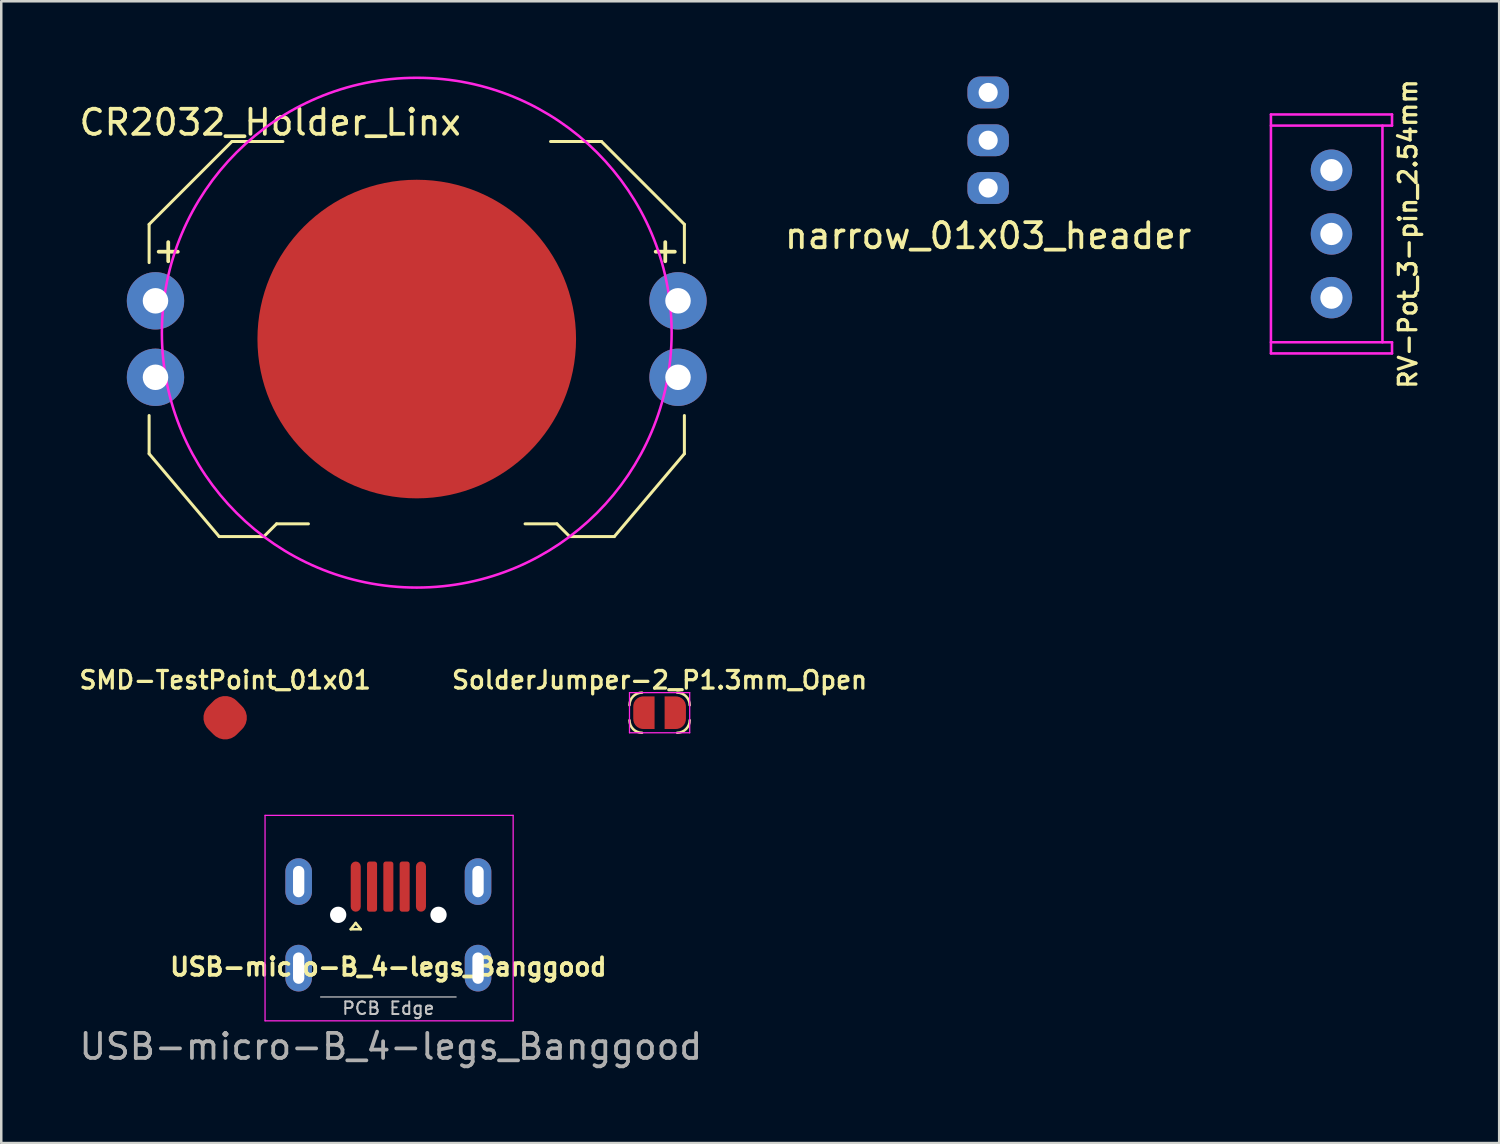
<source format=kicad_pcb>
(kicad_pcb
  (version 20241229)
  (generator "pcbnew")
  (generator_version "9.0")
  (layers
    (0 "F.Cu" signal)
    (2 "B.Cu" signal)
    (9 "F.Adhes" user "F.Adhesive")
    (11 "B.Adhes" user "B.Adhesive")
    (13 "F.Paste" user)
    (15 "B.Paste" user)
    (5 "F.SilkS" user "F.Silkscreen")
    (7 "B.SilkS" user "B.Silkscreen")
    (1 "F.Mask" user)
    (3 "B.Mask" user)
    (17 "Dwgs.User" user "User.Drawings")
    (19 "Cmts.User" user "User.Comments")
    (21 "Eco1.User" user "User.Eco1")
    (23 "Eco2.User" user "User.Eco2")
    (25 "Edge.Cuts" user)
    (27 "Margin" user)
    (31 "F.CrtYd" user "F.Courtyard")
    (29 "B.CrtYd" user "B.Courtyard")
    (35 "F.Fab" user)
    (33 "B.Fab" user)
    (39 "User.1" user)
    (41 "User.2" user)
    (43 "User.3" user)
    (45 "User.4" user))
  (footprint "narrow_01x03_header"
    (layer "F.Cu")
    (at 36.339 2.54)
    (property "Reference" "narrow_01x03_header" (at 0 3.81 0) (layer "F.SilkS") (effects (font (size 1 1) (thickness 0.15))))
    (attr through_hole)
    (pad "1" thru_hole roundrect (at 0 -1.905) (size 1.651 1.27) (drill 0.762) (layers "*.Cu" "*.Mask") (roundrect_rratio 0.4))
    (pad "2" thru_hole roundrect (at 0 0) (size 1.651 1.27) (drill 0.762) (layers "*.Cu" "*.Mask") (roundrect_rratio 0.4))
    (pad "3" thru_hole roundrect (at 0 1.905) (size 1.651 1.27) (drill 0.762) (layers "*.Cu" "*.Mask") (roundrect_rratio 0.4)))
  (footprint "CR2032_Holder_Linx"
    (layer "F.Cu")
    (at 13.562 10.465)
    (property "Reference" "CR2032_Holder_Linx" (at -5.842 -8.636 0) (layer "F.SilkS") (effects (font (size 1 1) (thickness 0.15))))
    (attr through_hole)
    (fp_line (start -10.668 -4.572) (end -10.668 -3.048) (stroke (width 0.12) (type solid)) (layer "F.SilkS"))
    (fp_line (start -10.668 -4.572) (end -7.366 -7.874) (stroke (width 0.12) (type solid)) (layer "F.SilkS"))
    (fp_line (start -10.668 3.048) (end -10.668 4.572) (stroke (width 0.12) (type solid)) (layer "F.SilkS"))
    (fp_line (start -10.668 4.572) (end -7.874 7.874) (stroke (width 0.12) (type solid)) (layer "F.SilkS"))
    (fp_line (start -7.366 -7.874) (end -5.334 -7.874) (stroke (width 0.12) (type solid)) (layer "F.SilkS"))
    (fp_line (start -6.096 7.874) (end -7.874 7.874) (stroke (width 0.12) (type solid)) (layer "F.SilkS"))
    (fp_line (start -6.096 7.874) (end -5.588 7.366) (stroke (width 0.12) (type solid)) (layer "F.SilkS"))
    (fp_line (start -4.318 7.366) (end -5.588 7.366) (stroke (width 0.12) (type solid)) (layer "F.SilkS"))
    (fp_line (start 5.334 -7.874) (end 7.366 -7.874) (stroke (width 0.12) (type solid)) (layer "F.SilkS"))
    (fp_line (start 5.588 7.366) (end 4.318 7.366) (stroke (width 0.12) (type solid)) (layer "F.SilkS"))
    (fp_line (start 6.096 7.874) (end 5.588 7.366) (stroke (width 0.12) (type solid)) (layer "F.SilkS"))
    (fp_line (start 7.874 7.874) (end 6.096 7.874) (stroke (width 0.12) (type solid)) (layer "F.SilkS"))
    (fp_line (start 10.668 -4.572) (end 7.366 -7.874) (stroke (width 0.12) (type solid)) (layer "F.SilkS"))
    (fp_line (start 10.668 -4.572) (end 10.668 -3.048) (stroke (width 0.12) (type solid)) (layer "F.SilkS"))
    (fp_line (start 10.668 3.048) (end 10.668 4.572) (stroke (width 0.12) (type solid)) (layer "F.SilkS"))
    (fp_line (start 10.668 4.572) (end 7.874 7.874) (stroke (width 0.12) (type solid)) (layer "F.SilkS"))
    (fp_circle (center 0 -0.254) (end 10.16 -0.254) (stroke (width 0.102) (type solid)) (fill no) (layer "F.CrtYd"))
    (fp_text user "+" (at -9.906 -3.556 0) (layer "F.SilkS") (effects (font (size 1 1) (thickness 0.15))))
    (fp_text user "+" (at 9.906 -3.556 0) (layer "F.SilkS") (effects (font (size 1 1) (thickness 0.15))))
    (pad "1" thru_hole circle (at -10.414 -1.524) (size 2.286 2.286) (drill 1.016) (layers "*.Cu" "*.Mask"))
    (pad "1" thru_hole circle (at -10.414 1.524) (size 2.286 2.286) (drill 1.016) (layers "*.Cu" "*.Mask"))
    (pad "1" thru_hole circle (at 10.414 -1.524) (size 2.286 2.286) (drill 1.016) (layers "*.Cu" "*.Mask"))
    (pad "1" thru_hole circle (at 10.414 1.524) (size 2.286 2.286) (drill 1.016) (layers "*.Cu" "*.Mask"))
    (pad "2" smd circle (at 0 0) (size 12.7 12.7) (layers "F.Cu" "F.Mask" "F.Paste")))
  (footprint "RV-Pot_3-pin_2.54mm"
    (layer "F.Cu")
    (at 50.024 6.275)
    (property "Reference" "RV-Pot_3-pin_2.54mm" (at 3.048 0 90) (layer "F.SilkS") (effects (font (size 0.7 0.7) (thickness 0.13))))
    (attr through_hole)
    (fp_line (start -2.413 4.763) (end -2.413 -4.763) (stroke (width 0.102) (type solid)) (layer "F.CrtYd"))
    (fp_line (start 2.032 4.318) (end 2.032 -4.318) (stroke (width 0.102) (type solid)) (layer "F.CrtYd"))
    (fp_line (start 2.413 -4.763) (end -2.413 -4.763) (stroke (width 0.102) (type solid)) (layer "F.CrtYd"))
    (fp_line (start 2.413 -4.763) (end 2.413 -4.318) (stroke (width 0.102) (type solid)) (layer "F.CrtYd"))
    (fp_line (start 2.413 -4.318) (end -2.413 -4.318) (stroke (width 0.102) (type solid)) (layer "F.CrtYd"))
    (fp_line (start 2.413 4.318) (end -2.413 4.318) (stroke (width 0.102) (type solid)) (layer "F.CrtYd"))
    (fp_line (start 2.413 4.318) (end 2.413 4.763) (stroke (width 0.102) (type solid)) (layer "F.CrtYd"))
    (fp_line (start 2.413 4.763) (end -2.413 4.763) (stroke (width 0.102) (type solid)) (layer "F.CrtYd"))
    (pad "1" thru_hole circle (at 0 -2.54) (size 1.651 1.651) (drill 0.889) (layers "*.Cu" "*.Mask"))
    (pad "2" thru_hole circle (at 0 0) (size 1.651 1.651) (drill 0.889) (layers "*.Cu" "*.Mask"))
    (pad "3" thru_hole circle (at 0 2.54) (size 1.651 1.651) (drill 0.889) (layers "*.Cu" "*.Mask")))
  (footprint "SolderJumper-2_P1.3mm_Open"
    (layer "F.Cu")
    (at 23.242 25.359)
    (property "Reference" "SolderJumper-2_P1.3mm_Open" (at 0 -1.3 0) (layer "F.SilkS") (effects (font (size 0.7 0.7) (thickness 0.13))))
    (attr exclude_from_pos_files exclude_from_bom)
    (fp_arc (start -1.2 -0.3) (mid -1.053553 -0.653553) (end -0.7 -0.8) (stroke (width 0.1) (type solid)) (layer "F.SilkS"))
    (fp_arc (start -0.7 0.8) (mid -1.053553 0.653553) (end -1.2 0.3) (stroke (width 0.1) (type solid)) (layer "F.SilkS"))
    (fp_arc (start 0.7 -0.8) (mid 1.053553 -0.653553) (end 1.2 -0.3) (stroke (width 0.1) (type solid)) (layer "F.SilkS"))
    (fp_arc (start 1.2 0.3) (mid 1.053553 0.653553) (end 0.7 0.8) (stroke (width 0.1) (type solid)) (layer "F.SilkS"))
    (fp_line (start -1.2 -0.8) (end -1.2 0.8) (stroke (width 0.05) (type solid)) (layer "F.CrtYd"))
    (fp_line (start -1.2 -0.8) (end 1.2 -0.8) (stroke (width 0.05) (type solid)) (layer "F.CrtYd"))
    (fp_line (start 1.2 0.8) (end -1.2 0.8) (stroke (width 0.05) (type solid)) (layer "F.CrtYd"))
    (fp_line (start 1.2 0.8) (end 1.2 -0.8) (stroke (width 0.05) (type solid)) (layer "F.CrtYd"))
    (pad "1" smd custom (at -0.65 0 180) (size 0.8 0.5) (layers "F.Cu" "F.Mask") (options (anchor rect)) (primitives (gr_circle (center 0 0.25) (end 0.4 0.25) (width 0) (fill yes)) (gr_circle (center 0 -0.25) (end 0.4 -0.25) (width 0) (fill yes)) (gr_poly (pts (xy 0 -0.65) (xy -0.45 -0.65) (xy -0.45 0.65) (xy 0 0.65)) (width 0) (fill yes))))
    (pad "2" smd custom (at 0.65 0) (size 0.8 0.5) (layers "F.Cu" "F.Mask") (options (anchor rect)) (primitives (gr_circle (center 0 0.25) (end 0.4 0.25) (width 0) (fill yes)) (gr_circle (center 0 -0.25) (end 0.4 -0.25) (width 0) (fill yes)) (gr_poly (pts (xy 0 -0.65) (xy -0.45 -0.65) (xy -0.45 0.65) (xy 0 0.65)) (width 0) (fill yes)))))
  (footprint "USB-micro-B_4-legs_Banggood"
    (layer "F.Cu")
    (at 12.43 36.691)
    (property "Reference" "USB-micro-B_4-legs_Banggood" (at 0 -1.2 0) (layer "F.SilkS") (effects (font (size 0.7 0.7) (thickness 0.15))))
    (attr smd)
    (fp_line (start -1.5 -2.7) (end -1.3 -2.95) (stroke (width 0.102) (type solid)) (layer "F.SilkS"))
    (fp_line (start -1.3 -2.95) (end -1.1 -2.7) (stroke (width 0.102) (type solid)) (layer "F.SilkS"))
    (fp_line (start -1.1 -2.7) (end -1.5 -2.7) (stroke (width 0.102) (type solid)) (layer "F.SilkS"))
    (fp_line (start -2.7 0) (end 2.7 0) (stroke (width 0.05) (type solid)) (layer "Dwgs.User"))
    (fp_line (start -4.915 -7.24) (end -4.915 0.95) (stroke (width 0.05) (type solid)) (layer "F.CrtYd"))
    (fp_line (start -4.915 0.95) (end 4.975 0.95) (stroke (width 0.05) (type solid)) (layer "F.CrtYd"))
    (fp_line (start 4.975 -7.24) (end -4.915 -7.24) (stroke (width 0.05) (type solid)) (layer "F.CrtYd"))
    (fp_line (start 4.975 0.95) (end 4.975 -7.24) (stroke (width 0.05) (type solid)) (layer "F.CrtYd"))
    (fp_text user "PCB Edge" (at 0 0.45 0) (layer "Dwgs.User") (effects (font (size 0.5 0.5) (thickness 0.08))))
    (fp_text user "${REFERENCE}" (at 0.1 1.975 0) (layer "F.Fab") (effects (font (size 1 1) (thickness 0.15))))
    (pad "" np_thru_hole oval (at -2 -3.275) (size 0.65 0.65) (drill 0.65) (layers "*.Cu" "*.Mask"))
    (pad "" np_thru_hole oval (at 2 -3.275) (size 0.65 0.65) (drill 0.65) (layers "*.Cu" "*.Mask"))
    (pad "1" smd roundrect (at -1.3 -4.4) (size 0.4 2) (layers "F.Cu" "F.Mask" "F.Paste") (roundrect_rratio 0.5))
    (pad "2" smd roundrect (at -0.65 -4.4) (size 0.4 2) (layers "F.Cu" "F.Mask" "F.Paste") (roundrect_rratio 0.25))
    (pad "3" smd roundrect (at 0 -4.4) (size 0.4 2) (layers "F.Cu" "F.Mask" "F.Paste") (roundrect_rratio 0.25))
    (pad "4" smd roundrect (at 0.65 -4.4) (size 0.4 2) (layers "F.Cu" "F.Mask" "F.Paste") (roundrect_rratio 0.25))
    (pad "5" smd roundrect (at 1.3 -4.4) (size 0.4 2) (layers "F.Cu" "F.Mask" "F.Paste") (roundrect_rratio 0.5))
    (pad "6" thru_hole oval (at -3.575 -4.6) (size 1.06 1.86) (drill oval 0.45 1.25) (layers "*.Cu" "*.Mask"))
    (pad "6" thru_hole oval (at -3.575 -1.15) (size 1.06 1.86) (drill oval 0.45 1.25) (layers "*.Cu" "*.Mask"))
    (pad "6" thru_hole oval (at 3.575 -4.6) (size 1.06 1.86) (drill oval 0.45 1.25) (layers "*.Cu" "*.Mask"))
    (pad "6" thru_hole oval (at 3.575 -1.15) (size 1.06 1.86) (drill oval 0.45 1.25) (layers "*.Cu" "*.Mask")))
  (footprint "SMD-TestPoint_01x01"
    (layer "F.Cu")
    (at 5.925 25.559)
    (property "Reference" "SMD-TestPoint_01x01" (at 0 -1.5 0) (layer "F.SilkS") (effects (font (size 0.7 0.7) (thickness 0.13))))
    (attr through_hole)
    (pad "1" connect roundrect (at 0 0 45) (size 1.6 1.6) (layers "F.Cu" "F.Mask") (roundrect_rratio 0.4)))
  (gr_rect
    (start -3 -3)
    (end 56.709 42.514)
    (stroke (width 0.1) (type default))
    (fill no)
    (layer "Edge.Cuts")))
</source>
